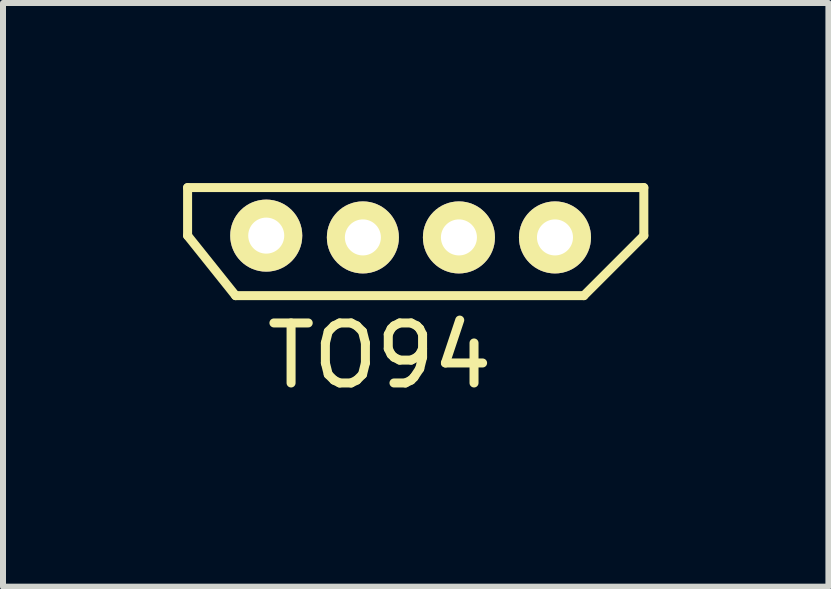
<source format=kicad_pcb>
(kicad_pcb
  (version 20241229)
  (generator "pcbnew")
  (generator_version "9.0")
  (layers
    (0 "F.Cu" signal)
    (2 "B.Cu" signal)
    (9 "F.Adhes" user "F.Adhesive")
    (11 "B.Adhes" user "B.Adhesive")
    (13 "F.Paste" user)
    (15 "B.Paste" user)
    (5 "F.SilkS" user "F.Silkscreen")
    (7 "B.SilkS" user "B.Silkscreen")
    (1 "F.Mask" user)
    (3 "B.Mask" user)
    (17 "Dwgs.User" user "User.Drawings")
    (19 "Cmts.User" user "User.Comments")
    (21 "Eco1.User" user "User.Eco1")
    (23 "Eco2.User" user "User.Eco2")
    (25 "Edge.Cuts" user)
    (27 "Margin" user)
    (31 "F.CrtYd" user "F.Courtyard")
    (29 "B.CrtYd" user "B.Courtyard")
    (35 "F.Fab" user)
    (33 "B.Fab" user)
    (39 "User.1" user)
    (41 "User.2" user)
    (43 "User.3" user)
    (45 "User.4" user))
  (footprint "TO94"
    (layer "F.Cu")
    (at 3.275 0.875)
    (property "Reference" "TO94" (at 0 2 0) (layer "F.SilkS") (effects (font (size 1 1) (thickness 0.15))))
    (attr through_hole)
    (fp_line (start -3.2 -0.8) (end -3.2 0) (stroke (width 0.15) (type solid)) (layer "F.SilkS"))
    (fp_line (start -3.2 0) (end -2.4 1) (stroke (width 0.15) (type solid)) (layer "F.SilkS"))
    (fp_line (start -2.4 1) (end 3.4 1) (stroke (width 0.15) (type solid)) (layer "F.SilkS"))
    (fp_line (start 3.4 1) (end 4.4 0) (stroke (width 0.15) (type solid)) (layer "F.SilkS"))
    (fp_line (start 4.4 -0.8) (end -3.2 -0.8) (stroke (width 0.15) (type solid)) (layer "F.SilkS"))
    (fp_line (start 4.4 0) (end 4.4 -0.8) (stroke (width 0.15) (type solid)) (layer "F.SilkS"))
    (pad "1" thru_hole circle (at -1.89 0) (size 1.2 1.2) (drill 0.6) (layers "*.Cu" "*.Mask" "F.SilkS"))
    (pad "2" thru_hole circle (at -0.28 0.03) (size 1.2 1.2) (drill 0.6) (layers "*.Cu" "*.Mask" "F.SilkS"))
    (pad "3" thru_hole circle (at 1.32 0.03) (size 1.2 1.2) (drill 0.6) (layers "*.Cu" "*.Mask" "F.SilkS"))
    (pad "4" thru_hole circle (at 2.92 0.03) (size 1.2 1.2) (drill 0.6) (layers "*.Cu" "*.Mask" "F.SilkS")))
  (gr_rect
    (start -3 -3)
    (end 10.75 6.723)
    (stroke (width 0.1) (type default))
    (fill no)
    (layer "Edge.Cuts")))
</source>
